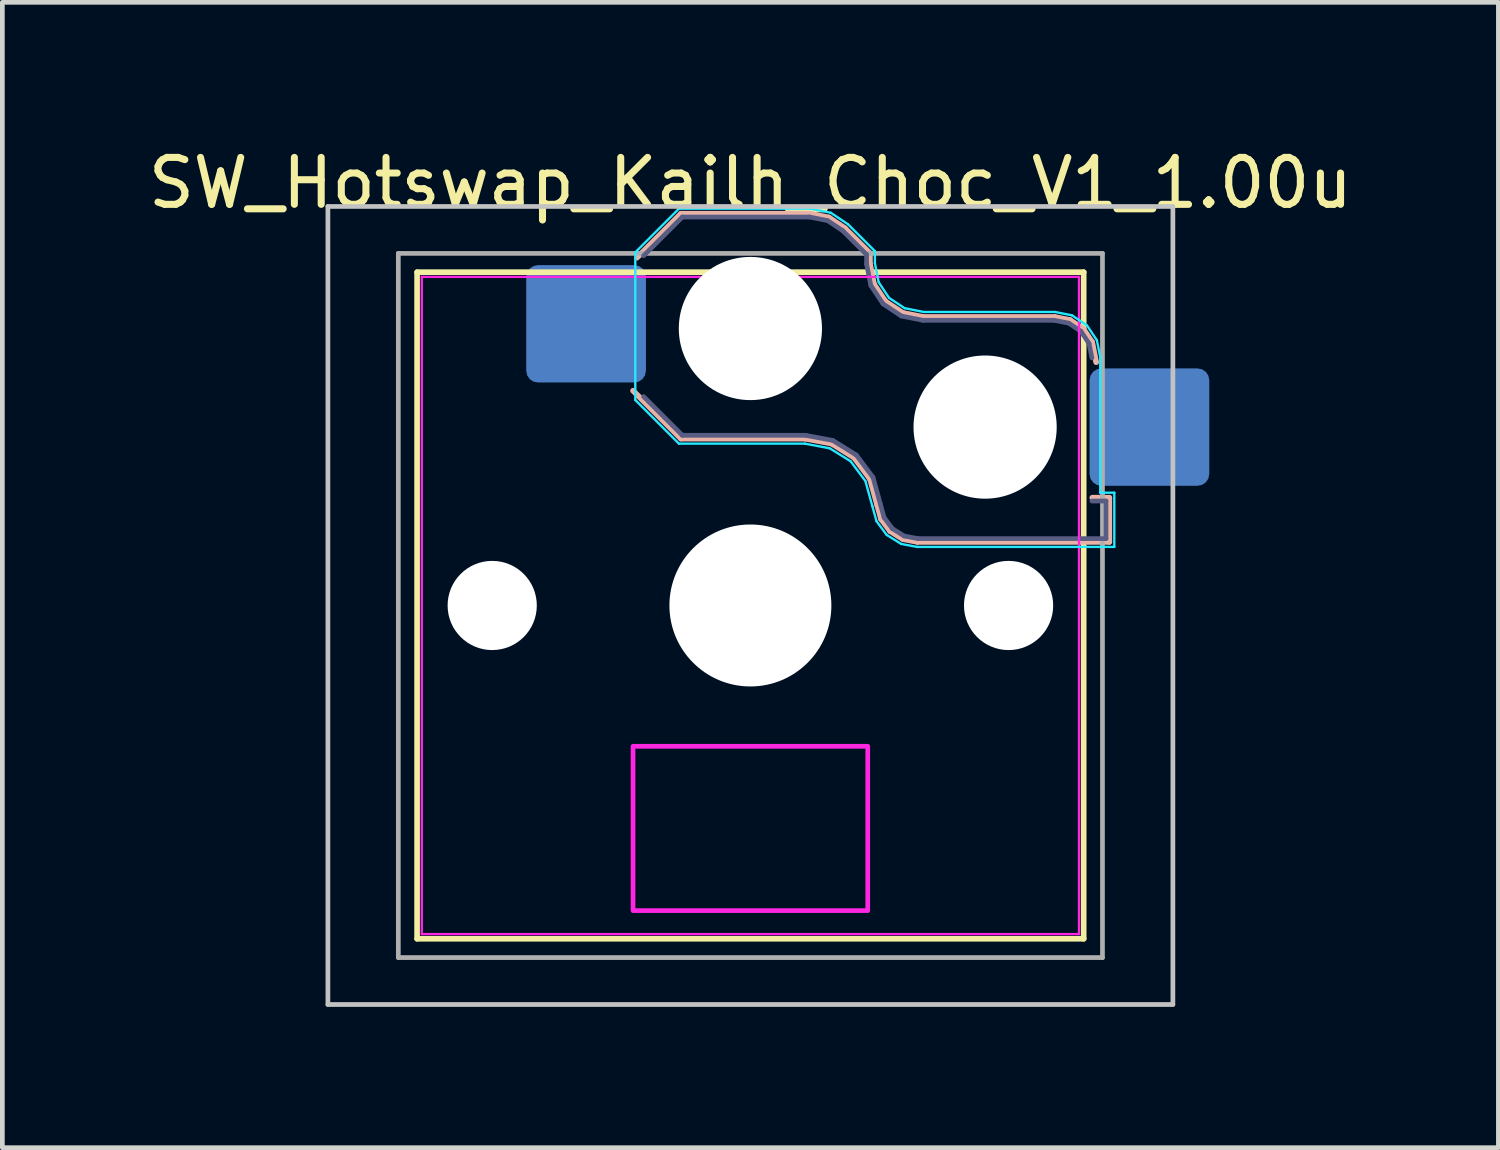
<source format=kicad_pcb>
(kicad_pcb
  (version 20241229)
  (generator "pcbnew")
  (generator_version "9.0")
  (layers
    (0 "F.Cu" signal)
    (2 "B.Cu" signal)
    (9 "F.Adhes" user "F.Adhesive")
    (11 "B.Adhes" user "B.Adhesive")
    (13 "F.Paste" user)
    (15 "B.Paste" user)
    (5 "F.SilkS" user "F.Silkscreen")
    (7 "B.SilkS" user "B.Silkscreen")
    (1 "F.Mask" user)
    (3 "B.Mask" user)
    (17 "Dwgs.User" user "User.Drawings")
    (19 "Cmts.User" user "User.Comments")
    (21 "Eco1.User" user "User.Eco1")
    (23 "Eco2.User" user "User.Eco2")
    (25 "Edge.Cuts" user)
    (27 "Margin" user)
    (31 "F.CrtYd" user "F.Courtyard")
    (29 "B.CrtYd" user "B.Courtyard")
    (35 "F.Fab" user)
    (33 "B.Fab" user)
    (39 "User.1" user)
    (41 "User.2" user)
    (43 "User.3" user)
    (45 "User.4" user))
  (footprint "SW_Hotswap_Kailh_Choc_V1_1.00u"
    (layer "F.Cu")
    (at 12.935 9.848)
    (property "Reference" "SW_Hotswap_Kailh_Choc_V1_1.00u" (at 0 -9 0) (layer "F.SilkS") (effects (font (size 1 1) (thickness 0.15))))
    (attr smd)
    (fp_line (start -7.1 -7.1) (end -7.1 7.1) (stroke (width 0.12) (type solid)) (layer "F.SilkS"))
    (fp_line (start -7.1 7.1) (end 7.1 7.1) (stroke (width 0.12) (type solid)) (layer "F.SilkS"))
    (fp_line (start 7.1 -7.1) (end -7.1 -7.1) (stroke (width 0.12) (type solid)) (layer "F.SilkS"))
    (fp_line (start 7.1 7.1) (end 7.1 -7.1) (stroke (width 0.12) (type solid)) (layer "F.SilkS"))
    (fp_line (start -2.416 -7.409) (end -1.479 -8.346) (stroke (width 0.12) (type solid)) (layer "B.SilkS"))
    (fp_line (start -1.479 -8.346) (end 1.268 -8.346) (stroke (width 0.12) (type solid)) (layer "B.SilkS"))
    (fp_line (start -1.479 -3.554) (end -2.5 -4.575) (stroke (width 0.12) (type solid)) (layer "B.SilkS"))
    (fp_line (start 1.168 -3.554) (end -1.479 -3.554) (stroke (width 0.12) (type solid)) (layer "B.SilkS"))
    (fp_line (start 1.268 -8.346) (end 1.671 -8.266) (stroke (width 0.12) (type solid)) (layer "B.SilkS"))
    (fp_line (start 1.671 -8.266) (end 2.013 -8.037) (stroke (width 0.12) (type solid)) (layer "B.SilkS"))
    (fp_line (start 1.73 -3.449) (end 1.168 -3.554) (stroke (width 0.12) (type solid)) (layer "B.SilkS"))
    (fp_line (start 2.013 -8.037) (end 2.546 -7.504) (stroke (width 0.12) (type solid)) (layer "B.SilkS"))
    (fp_line (start 2.209 -3.15) (end 1.73 -3.449) (stroke (width 0.12) (type solid)) (layer "B.SilkS"))
    (fp_line (start 2.546 -7.504) (end 2.546 -7.282) (stroke (width 0.12) (type solid)) (layer "B.SilkS"))
    (fp_line (start 2.546 -7.282) (end 2.633 -6.844) (stroke (width 0.12) (type solid)) (layer "B.SilkS"))
    (fp_line (start 2.547 -2.697) (end 2.209 -3.15) (stroke (width 0.12) (type solid)) (layer "B.SilkS"))
    (fp_line (start 2.633 -6.844) (end 2.877 -6.477) (stroke (width 0.12) (type solid)) (layer "B.SilkS"))
    (fp_line (start 2.701 -2.139) (end 2.547 -2.697) (stroke (width 0.12) (type solid)) (layer "B.SilkS"))
    (fp_line (start 2.783 -1.841) (end 2.701 -2.139) (stroke (width 0.12) (type solid)) (layer "B.SilkS"))
    (fp_line (start 2.877 -6.477) (end 3.244 -6.233) (stroke (width 0.12) (type solid)) (layer "B.SilkS"))
    (fp_line (start 2.976 -1.583) (end 2.783 -1.841) (stroke (width 0.12) (type solid)) (layer "B.SilkS"))
    (fp_line (start 3.244 -6.233) (end 3.682 -6.146) (stroke (width 0.12) (type solid)) (layer "B.SilkS"))
    (fp_line (start 3.25 -1.413) (end 2.976 -1.583) (stroke (width 0.12) (type solid)) (layer "B.SilkS"))
    (fp_line (start 3.56 -1.354) (end 3.25 -1.413) (stroke (width 0.12) (type solid)) (layer "B.SilkS"))
    (fp_line (start 3.682 -6.146) (end 6.482 -6.146) (stroke (width 0.12) (type solid)) (layer "B.SilkS"))
    (fp_line (start 6.482 -6.146) (end 6.809 -6.081) (stroke (width 0.12) (type solid)) (layer "B.SilkS"))
    (fp_line (start 6.809 -6.081) (end 7.092 -5.892) (stroke (width 0.12) (type solid)) (layer "B.SilkS"))
    (fp_line (start 7.092 -5.892) (end 7.281 -5.609) (stroke (width 0.12) (type solid)) (layer "B.SilkS"))
    (fp_line (start 7.281 -5.609) (end 7.366 -5.182) (stroke (width 0.12) (type solid)) (layer "B.SilkS"))
    (fp_line (start 7.283 -2.296) (end 7.646 -2.296) (stroke (width 0.12) (type solid)) (layer "B.SilkS"))
    (fp_line (start 7.646 -2.296) (end 7.646 -1.354) (stroke (width 0.12) (type solid)) (layer "B.SilkS"))
    (fp_line (start 7.646 -1.354) (end 3.56 -1.354) (stroke (width 0.12) (type solid)) (layer "B.SilkS"))
    (fp_line (start -9 -8.5) (end -9 8.5) (stroke (width 0.1) (type solid)) (layer "Dwgs.User"))
    (fp_line (start -9 8.5) (end 9 8.5) (stroke (width 0.1) (type solid)) (layer "Dwgs.User"))
    (fp_line (start 9 -8.5) (end -9 -8.5) (stroke (width 0.1) (type solid)) (layer "Dwgs.User"))
    (fp_line (start 9 8.5) (end 9 -8.5) (stroke (width 0.1) (type solid)) (layer "Dwgs.User"))
    (fp_line (start -7.25 -7.25) (end -7.25 7.25) (stroke (width 0.1) (type solid)) (layer "Eco1.User"))
    (fp_line (start -7.25 7.25) (end 7.25 7.25) (stroke (width 0.1) (type solid)) (layer "Eco1.User"))
    (fp_line (start 7.25 -7.25) (end -7.25 -7.25) (stroke (width 0.1) (type solid)) (layer "Eco1.User"))
    (fp_line (start 7.25 7.25) (end 7.25 -7.25) (stroke (width 0.1) (type solid)) (layer "Eco1.User"))
    (fp_line (start -2.452 -7.523) (end -1.523 -8.452) (stroke (width 0.05) (type solid)) (layer "B.CrtYd"))
    (fp_line (start -2.452 -4.377) (end -2.452 -7.523) (stroke (width 0.05) (type solid)) (layer "B.CrtYd"))
    (fp_line (start -1.523 -8.452) (end 1.278 -8.452) (stroke (width 0.05) (type solid)) (layer "B.CrtYd"))
    (fp_line (start -1.523 -3.448) (end -2.452 -4.377) (stroke (width 0.05) (type solid)) (layer "B.CrtYd"))
    (fp_line (start 1.159 -3.448) (end -1.523 -3.448) (stroke (width 0.05) (type solid)) (layer "B.CrtYd"))
    (fp_line (start 1.278 -8.452) (end 1.712 -8.366) (stroke (width 0.05) (type solid)) (layer "B.CrtYd"))
    (fp_line (start 1.691 -3.348) (end 1.159 -3.448) (stroke (width 0.05) (type solid)) (layer "B.CrtYd"))
    (fp_line (start 1.712 -8.366) (end 2.081 -8.119) (stroke (width 0.05) (type solid)) (layer "B.CrtYd"))
    (fp_line (start 2.081 -8.119) (end 2.652 -7.548) (stroke (width 0.05) (type solid)) (layer "B.CrtYd"))
    (fp_line (start 2.136 -3.071) (end 1.691 -3.348) (stroke (width 0.05) (type solid)) (layer "B.CrtYd"))
    (fp_line (start 2.45 -2.65) (end 2.136 -3.071) (stroke (width 0.05) (type solid)) (layer "B.CrtYd"))
    (fp_line (start 2.599 -2.111) (end 2.45 -2.65) (stroke (width 0.05) (type solid)) (layer "B.CrtYd"))
    (fp_line (start 2.652 -7.548) (end 2.652 -7.292) (stroke (width 0.05) (type solid)) (layer "B.CrtYd"))
    (fp_line (start 2.652 -7.292) (end 2.733 -6.885) (stroke (width 0.05) (type solid)) (layer "B.CrtYd"))
    (fp_line (start 2.687 -1.794) (end 2.599 -2.111) (stroke (width 0.05) (type solid)) (layer "B.CrtYd"))
    (fp_line (start 2.733 -6.885) (end 2.953 -6.553) (stroke (width 0.05) (type solid)) (layer "B.CrtYd"))
    (fp_line (start 2.903 -1.503) (end 2.687 -1.794) (stroke (width 0.05) (type solid)) (layer "B.CrtYd"))
    (fp_line (start 2.953 -6.553) (end 3.285 -6.333) (stroke (width 0.05) (type solid)) (layer "B.CrtYd"))
    (fp_line (start 3.211 -1.312) (end 2.903 -1.503) (stroke (width 0.05) (type solid)) (layer "B.CrtYd"))
    (fp_line (start 3.285 -6.333) (end 3.692 -6.252) (stroke (width 0.05) (type solid)) (layer "B.CrtYd"))
    (fp_line (start 3.55 -1.248) (end 3.211 -1.312) (stroke (width 0.05) (type solid)) (layer "B.CrtYd"))
    (fp_line (start 3.692 -6.252) (end 6.492 -6.252) (stroke (width 0.05) (type solid)) (layer "B.CrtYd"))
    (fp_line (start 6.492 -6.252) (end 6.85 -6.181) (stroke (width 0.05) (type solid)) (layer "B.CrtYd"))
    (fp_line (start 6.85 -6.181) (end 7.168 -5.968) (stroke (width 0.05) (type solid)) (layer "B.CrtYd"))
    (fp_line (start 7.168 -5.968) (end 7.381 -5.65) (stroke (width 0.05) (type solid)) (layer "B.CrtYd"))
    (fp_line (start 7.381 -5.65) (end 7.452 -5.292) (stroke (width 0.05) (type solid)) (layer "B.CrtYd"))
    (fp_line (start 7.452 -5.292) (end 7.452 -2.402) (stroke (width 0.05) (type solid)) (layer "B.CrtYd"))
    (fp_line (start 7.452 -2.402) (end 7.752 -2.402) (stroke (width 0.05) (type solid)) (layer "B.CrtYd"))
    (fp_line (start 7.752 -2.402) (end 7.752 -1.248) (stroke (width 0.05) (type solid)) (layer "B.CrtYd"))
    (fp_line (start 7.752 -1.248) (end 3.55 -1.248) (stroke (width 0.05) (type solid)) (layer "B.CrtYd"))
    (fp_line (start -7 -7) (end -7 7) (stroke (width 0.05) (type solid)) (layer "F.CrtYd"))
    (fp_line (start -7 7) (end 7 7) (stroke (width 0.05) (type solid)) (layer "F.CrtYd"))
    (fp_line (start 7 -7) (end -7 -7) (stroke (width 0.05) (type solid)) (layer "F.CrtYd"))
    (fp_line (start 7 7) (end 7 -7) (stroke (width 0.05) (type solid)) (layer "F.CrtYd"))
    (fp_rect (start -2.5 3) (end 2.5 6.5) (stroke (width 0.1) (type default)) (fill no) (layer "F.CrtYd"))
    (fp_line (start -2.275 -7.45) (end -1.45 -8.275) (stroke (width 0.1) (type solid)) (layer "B.Fab"))
    (fp_line (start -1.45 -8.275) (end 1.261 -8.275) (stroke (width 0.1) (type solid)) (layer "B.Fab"))
    (fp_line (start -1.45 -3.625) (end -2.275 -4.45) (stroke (width 0.1) (type solid)) (layer "B.Fab"))
    (fp_line (start 1.175 -3.625) (end -1.45 -3.625) (stroke (width 0.1) (type solid)) (layer "B.Fab"))
    (fp_line (start 1.261 -8.275) (end 1.643 -8.199) (stroke (width 0.1) (type solid)) (layer "B.Fab"))
    (fp_line (start 1.643 -8.199) (end 1.968 -7.982) (stroke (width 0.1) (type solid)) (layer "B.Fab"))
    (fp_line (start 1.756 -3.516) (end 1.175 -3.625) (stroke (width 0.1) (type solid)) (layer "B.Fab"))
    (fp_line (start 1.968 -7.982) (end 2.475 -7.475) (stroke (width 0.1) (type solid)) (layer "B.Fab"))
    (fp_line (start 2.258 -3.203) (end 1.756 -3.516) (stroke (width 0.1) (type solid)) (layer "B.Fab"))
    (fp_line (start 2.475 -7.475) (end 2.475 -7.275) (stroke (width 0.1) (type solid)) (layer "B.Fab"))
    (fp_line (start 2.475 -7.275) (end 2.566 -6.816) (stroke (width 0.1) (type solid)) (layer "B.Fab"))
    (fp_line (start 2.566 -6.816) (end 2.826 -6.426) (stroke (width 0.1) (type solid)) (layer "B.Fab"))
    (fp_line (start 2.612 -2.729) (end 2.258 -3.203) (stroke (width 0.1) (type solid)) (layer "B.Fab"))
    (fp_line (start 2.769 -2.158) (end 2.612 -2.729) (stroke (width 0.1) (type solid)) (layer "B.Fab"))
    (fp_line (start 2.826 -6.426) (end 3.216 -6.166) (stroke (width 0.1) (type solid)) (layer "B.Fab"))
    (fp_line (start 2.848 -1.873) (end 2.769 -2.158) (stroke (width 0.1) (type solid)) (layer "B.Fab"))
    (fp_line (start 3.025 -1.636) (end 2.848 -1.873) (stroke (width 0.1) (type solid)) (layer "B.Fab"))
    (fp_line (start 3.216 -6.166) (end 3.675 -6.075) (stroke (width 0.1) (type solid)) (layer "B.Fab"))
    (fp_line (start 3.276 -1.48) (end 3.025 -1.636) (stroke (width 0.1) (type solid)) (layer "B.Fab"))
    (fp_line (start 3.567 -1.425) (end 3.276 -1.48) (stroke (width 0.1) (type solid)) (layer "B.Fab"))
    (fp_line (start 3.675 -6.075) (end 6.475 -6.075) (stroke (width 0.1) (type solid)) (layer "B.Fab"))
    (fp_line (start 6.475 -6.075) (end 6.781 -6.014) (stroke (width 0.1) (type solid)) (layer "B.Fab"))
    (fp_line (start 6.781 -6.014) (end 7.041 -5.841) (stroke (width 0.1) (type solid)) (layer "B.Fab"))
    (fp_line (start 7.041 -5.841) (end 7.214 -5.581) (stroke (width 0.1) (type solid)) (layer "B.Fab"))
    (fp_line (start 7.214 -5.581) (end 7.275 -5.275) (stroke (width 0.1) (type solid)) (layer "B.Fab"))
    (fp_line (start 7.275 -2.225) (end 7.575 -2.225) (stroke (width 0.1) (type solid)) (layer "B.Fab"))
    (fp_line (start 7.575 -2.225) (end 7.575 -1.425) (stroke (width 0.1) (type solid)) (layer "B.Fab"))
    (fp_line (start 7.575 -1.425) (end 3.567 -1.425) (stroke (width 0.1) (type solid)) (layer "B.Fab"))
    (fp_line (start -7.5 -7.5) (end -7.5 7.5) (stroke (width 0.1) (type solid)) (layer "F.Fab"))
    (fp_line (start -7.5 7.5) (end 7.5 7.5) (stroke (width 0.1) (type solid)) (layer "F.Fab"))
    (fp_line (start 7.5 -7.5) (end -7.5 -7.5) (stroke (width 0.1) (type solid)) (layer "F.Fab"))
    (fp_line (start 7.5 7.5) (end 7.5 -7.5) (stroke (width 0.1) (type solid)) (layer "F.Fab"))
    (pad "" np_thru_hole circle (at -5.5 0) (size 1.9 1.9) (drill 1.9) (layers "*.Cu" "*.Mask"))
    (pad "" np_thru_hole circle (at 0 -5.9) (size 3.05 3.05) (drill 3.05) (layers "*.Cu" "*.Mask"))
    (pad "" np_thru_hole circle (at 0 0) (size 3.45 3.45) (drill 3.45) (layers "*.Cu" "*.Mask"))
    (pad "" np_thru_hole circle (at 5 -3.8) (size 3.05 3.05) (drill 3.05) (layers "*.Cu" "*.Mask"))
    (pad "" np_thru_hole circle (at 5.5 0) (size 1.9 1.9) (drill 1.9) (layers "*.Cu" "*.Mask"))
    (pad "1" smd roundrect (at -3.5 -6) (size 2.55 2.5) (layers "B.Cu" "B.Mask" "B.Paste") (roundrect_rratio 0.1))
    (pad "2" smd roundrect (at 8.5 -3.8) (size 2.55 2.5) (layers "B.Cu" "B.Mask" "B.Paste") (roundrect_rratio 0.1)))
  (gr_rect
    (start -3 -3)
    (end 28.869 21.398)
    (stroke (width 0.1) (type default))
    (fill no)
    (layer "Edge.Cuts")))
</source>
